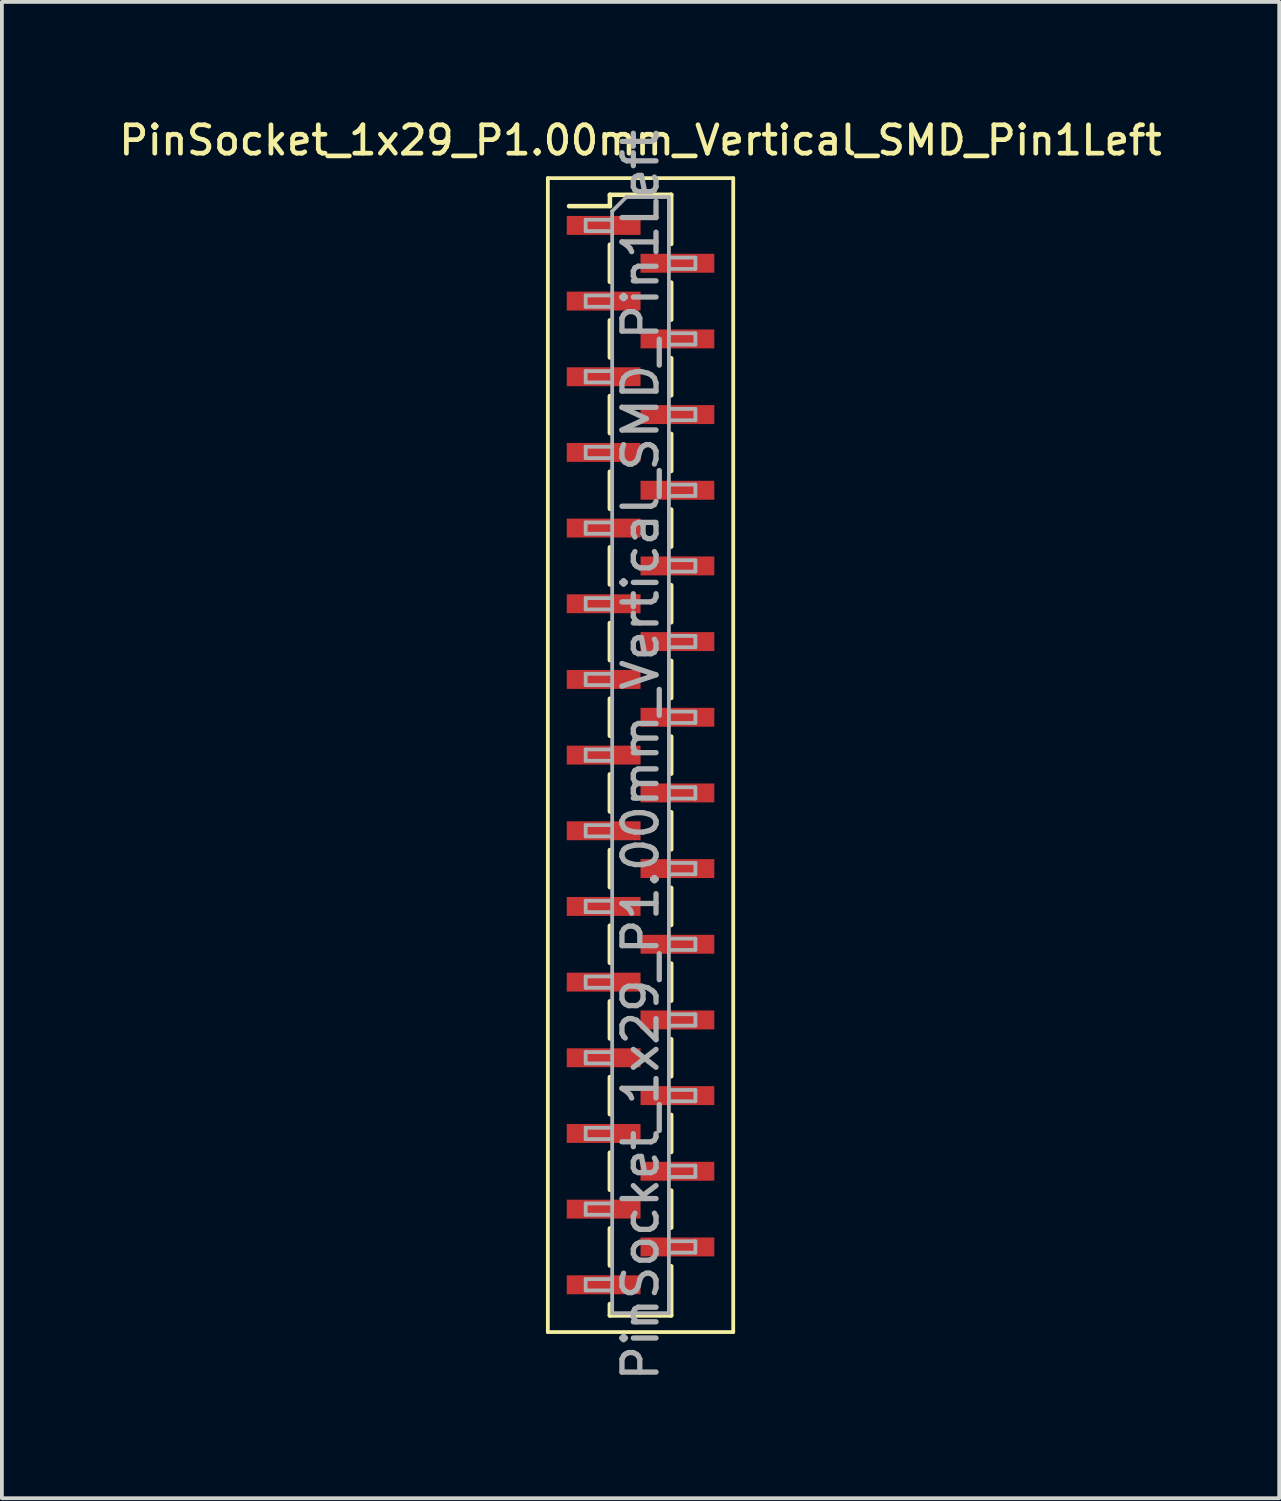
<source format=kicad_pcb>
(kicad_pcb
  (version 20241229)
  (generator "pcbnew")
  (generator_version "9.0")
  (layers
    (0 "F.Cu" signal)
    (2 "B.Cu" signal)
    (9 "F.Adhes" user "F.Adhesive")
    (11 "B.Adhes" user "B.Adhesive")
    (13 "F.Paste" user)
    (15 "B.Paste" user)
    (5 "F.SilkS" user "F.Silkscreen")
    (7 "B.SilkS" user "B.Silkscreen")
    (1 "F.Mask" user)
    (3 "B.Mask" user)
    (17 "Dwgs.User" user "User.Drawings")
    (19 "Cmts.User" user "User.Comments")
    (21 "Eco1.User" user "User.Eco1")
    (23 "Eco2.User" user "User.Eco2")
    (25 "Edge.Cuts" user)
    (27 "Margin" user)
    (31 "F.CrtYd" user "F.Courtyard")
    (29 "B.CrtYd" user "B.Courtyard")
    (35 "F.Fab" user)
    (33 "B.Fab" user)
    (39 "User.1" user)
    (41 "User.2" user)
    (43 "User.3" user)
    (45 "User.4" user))
  (footprint "PinSocket_1x29_P1.00mm_Vertical_SMD_Pin1Left"
    (layer "F.Cu")
    (at 13.88 16.908)
    (property "Reference" "PinSocket_1x29_P1.00mm_Vertical_SMD_Pin1Left" (at 0 -16.25 0) (layer "F.SilkS") (effects (font (size 0.75 0.75) (thickness 0.125))))
    (attr smd)
    (fp_line (start -2.45 -15.25) (end 2.45 -15.25) (stroke (width 0.1) (type solid)) (layer "F.SilkS"))
    (fp_line (start -2.45 15.25) (end -2.45 -15.25) (stroke (width 0.1) (type solid)) (layer "F.SilkS"))
    (fp_line (start -1.89 -14.51) (end -0.81 -14.51) (stroke (width 0.12) (type solid)) (layer "F.SilkS"))
    (fp_line (start -0.81 -14.81) (end -0.81 -14.51) (stroke (width 0.12) (type solid)) (layer "F.SilkS"))
    (fp_line (start -0.81 -14.81) (end 0.81 -14.81) (stroke (width 0.12) (type solid)) (layer "F.SilkS"))
    (fp_line (start -0.81 -13.49) (end -0.81 -12.51) (stroke (width 0.12) (type solid)) (layer "F.SilkS"))
    (fp_line (start -0.81 -11.49) (end -0.81 -10.51) (stroke (width 0.12) (type solid)) (layer "F.SilkS"))
    (fp_line (start -0.81 -9.49) (end -0.81 -8.51) (stroke (width 0.12) (type solid)) (layer "F.SilkS"))
    (fp_line (start -0.81 -7.49) (end -0.81 -6.51) (stroke (width 0.12) (type solid)) (layer "F.SilkS"))
    (fp_line (start -0.81 -5.49) (end -0.81 -4.51) (stroke (width 0.12) (type solid)) (layer "F.SilkS"))
    (fp_line (start -0.81 -3.49) (end -0.81 -2.51) (stroke (width 0.12) (type solid)) (layer "F.SilkS"))
    (fp_line (start -0.81 -1.49) (end -0.81 -0.51) (stroke (width 0.12) (type solid)) (layer "F.SilkS"))
    (fp_line (start -0.81 0.51) (end -0.81 1.49) (stroke (width 0.12) (type solid)) (layer "F.SilkS"))
    (fp_line (start -0.81 2.51) (end -0.81 3.49) (stroke (width 0.12) (type solid)) (layer "F.SilkS"))
    (fp_line (start -0.81 4.51) (end -0.81 5.49) (stroke (width 0.12) (type solid)) (layer "F.SilkS"))
    (fp_line (start -0.81 6.51) (end -0.81 7.49) (stroke (width 0.12) (type solid)) (layer "F.SilkS"))
    (fp_line (start -0.81 8.51) (end -0.81 9.49) (stroke (width 0.12) (type solid)) (layer "F.SilkS"))
    (fp_line (start -0.81 10.51) (end -0.81 11.49) (stroke (width 0.12) (type solid)) (layer "F.SilkS"))
    (fp_line (start -0.81 12.51) (end -0.81 13.49) (stroke (width 0.12) (type solid)) (layer "F.SilkS"))
    (fp_line (start -0.81 14.51) (end -0.81 14.81) (stroke (width 0.12) (type solid)) (layer "F.SilkS"))
    (fp_line (start -0.81 14.81) (end 0.81 14.81) (stroke (width 0.12) (type solid)) (layer "F.SilkS"))
    (fp_line (start 0.81 -14.81) (end 0.81 -13.51) (stroke (width 0.12) (type solid)) (layer "F.SilkS"))
    (fp_line (start 0.81 -12.49) (end 0.81 -11.51) (stroke (width 0.12) (type solid)) (layer "F.SilkS"))
    (fp_line (start 0.81 -10.49) (end 0.81 -9.51) (stroke (width 0.12) (type solid)) (layer "F.SilkS"))
    (fp_line (start 0.81 -8.49) (end 0.81 -7.51) (stroke (width 0.12) (type solid)) (layer "F.SilkS"))
    (fp_line (start 0.81 -6.49) (end 0.81 -5.51) (stroke (width 0.12) (type solid)) (layer "F.SilkS"))
    (fp_line (start 0.81 -4.49) (end 0.81 -3.51) (stroke (width 0.12) (type solid)) (layer "F.SilkS"))
    (fp_line (start 0.81 -2.49) (end 0.81 -1.51) (stroke (width 0.12) (type solid)) (layer "F.SilkS"))
    (fp_line (start 0.81 -0.49) (end 0.81 0.49) (stroke (width 0.12) (type solid)) (layer "F.SilkS"))
    (fp_line (start 0.81 1.51) (end 0.81 2.49) (stroke (width 0.12) (type solid)) (layer "F.SilkS"))
    (fp_line (start 0.81 3.51) (end 0.81 4.49) (stroke (width 0.12) (type solid)) (layer "F.SilkS"))
    (fp_line (start 0.81 5.51) (end 0.81 6.49) (stroke (width 0.12) (type solid)) (layer "F.SilkS"))
    (fp_line (start 0.81 7.51) (end 0.81 8.49) (stroke (width 0.12) (type solid)) (layer "F.SilkS"))
    (fp_line (start 0.81 9.51) (end 0.81 10.49) (stroke (width 0.12) (type solid)) (layer "F.SilkS"))
    (fp_line (start 0.81 11.51) (end 0.81 12.49) (stroke (width 0.12) (type solid)) (layer "F.SilkS"))
    (fp_line (start 0.81 13.51) (end 0.81 14.81) (stroke (width 0.12) (type solid)) (layer "F.SilkS"))
    (fp_line (start 2.45 -15.25) (end 2.45 15.25) (stroke (width 0.1) (type solid)) (layer "F.SilkS"))
    (fp_line (start 2.45 15.25) (end -2.45 15.25) (stroke (width 0.1) (type solid)) (layer "F.SilkS"))
    (fp_line (start -1.45 -14.15) (end -0.75 -14.15) (stroke (width 0.1) (type solid)) (layer "F.Fab"))
    (fp_line (start -1.45 -13.85) (end -1.45 -14.15) (stroke (width 0.1) (type solid)) (layer "F.Fab"))
    (fp_line (start -1.45 -12.15) (end -0.75 -12.15) (stroke (width 0.1) (type solid)) (layer "F.Fab"))
    (fp_line (start -1.45 -11.85) (end -1.45 -12.15) (stroke (width 0.1) (type solid)) (layer "F.Fab"))
    (fp_line (start -1.45 -10.15) (end -0.75 -10.15) (stroke (width 0.1) (type solid)) (layer "F.Fab"))
    (fp_line (start -1.45 -9.85) (end -1.45 -10.15) (stroke (width 0.1) (type solid)) (layer "F.Fab"))
    (fp_line (start -1.45 -8.15) (end -0.75 -8.15) (stroke (width 0.1) (type solid)) (layer "F.Fab"))
    (fp_line (start -1.45 -7.85) (end -1.45 -8.15) (stroke (width 0.1) (type solid)) (layer "F.Fab"))
    (fp_line (start -1.45 -6.15) (end -0.75 -6.15) (stroke (width 0.1) (type solid)) (layer "F.Fab"))
    (fp_line (start -1.45 -5.85) (end -1.45 -6.15) (stroke (width 0.1) (type solid)) (layer "F.Fab"))
    (fp_line (start -1.45 -4.15) (end -0.75 -4.15) (stroke (width 0.1) (type solid)) (layer "F.Fab"))
    (fp_line (start -1.45 -3.85) (end -1.45 -4.15) (stroke (width 0.1) (type solid)) (layer "F.Fab"))
    (fp_line (start -1.45 -2.15) (end -0.75 -2.15) (stroke (width 0.1) (type solid)) (layer "F.Fab"))
    (fp_line (start -1.45 -1.85) (end -1.45 -2.15) (stroke (width 0.1) (type solid)) (layer "F.Fab"))
    (fp_line (start -1.45 -0.15) (end -0.75 -0.15) (stroke (width 0.1) (type solid)) (layer "F.Fab"))
    (fp_line (start -1.45 0.15) (end -1.45 -0.15) (stroke (width 0.1) (type solid)) (layer "F.Fab"))
    (fp_line (start -1.45 1.85) (end -0.75 1.85) (stroke (width 0.1) (type solid)) (layer "F.Fab"))
    (fp_line (start -1.45 2.15) (end -1.45 1.85) (stroke (width 0.1) (type solid)) (layer "F.Fab"))
    (fp_line (start -1.45 3.85) (end -0.75 3.85) (stroke (width 0.1) (type solid)) (layer "F.Fab"))
    (fp_line (start -1.45 4.15) (end -1.45 3.85) (stroke (width 0.1) (type solid)) (layer "F.Fab"))
    (fp_line (start -1.45 5.85) (end -0.75 5.85) (stroke (width 0.1) (type solid)) (layer "F.Fab"))
    (fp_line (start -1.45 6.15) (end -1.45 5.85) (stroke (width 0.1) (type solid)) (layer "F.Fab"))
    (fp_line (start -1.45 7.85) (end -0.75 7.85) (stroke (width 0.1) (type solid)) (layer "F.Fab"))
    (fp_line (start -1.45 8.15) (end -1.45 7.85) (stroke (width 0.1) (type solid)) (layer "F.Fab"))
    (fp_line (start -1.45 9.85) (end -0.75 9.85) (stroke (width 0.1) (type solid)) (layer "F.Fab"))
    (fp_line (start -1.45 10.15) (end -1.45 9.85) (stroke (width 0.1) (type solid)) (layer "F.Fab"))
    (fp_line (start -1.45 11.85) (end -0.75 11.85) (stroke (width 0.1) (type solid)) (layer "F.Fab"))
    (fp_line (start -1.45 12.15) (end -1.45 11.85) (stroke (width 0.1) (type solid)) (layer "F.Fab"))
    (fp_line (start -1.45 13.85) (end -0.75 13.85) (stroke (width 0.1) (type solid)) (layer "F.Fab"))
    (fp_line (start -1.45 14.15) (end -1.45 13.85) (stroke (width 0.1) (type solid)) (layer "F.Fab"))
    (fp_line (start -0.75 -14.375) (end -0.375 -14.75) (stroke (width 0.1) (type solid)) (layer "F.Fab"))
    (fp_line (start -0.75 -13.85) (end -1.45 -13.85) (stroke (width 0.1) (type solid)) (layer "F.Fab"))
    (fp_line (start -0.75 -11.85) (end -1.45 -11.85) (stroke (width 0.1) (type solid)) (layer "F.Fab"))
    (fp_line (start -0.75 -9.85) (end -1.45 -9.85) (stroke (width 0.1) (type solid)) (layer "F.Fab"))
    (fp_line (start -0.75 -7.85) (end -1.45 -7.85) (stroke (width 0.1) (type solid)) (layer "F.Fab"))
    (fp_line (start -0.75 -5.85) (end -1.45 -5.85) (stroke (width 0.1) (type solid)) (layer "F.Fab"))
    (fp_line (start -0.75 -3.85) (end -1.45 -3.85) (stroke (width 0.1) (type solid)) (layer "F.Fab"))
    (fp_line (start -0.75 -1.85) (end -1.45 -1.85) (stroke (width 0.1) (type solid)) (layer "F.Fab"))
    (fp_line (start -0.75 0.15) (end -1.45 0.15) (stroke (width 0.1) (type solid)) (layer "F.Fab"))
    (fp_line (start -0.75 2.15) (end -1.45 2.15) (stroke (width 0.1) (type solid)) (layer "F.Fab"))
    (fp_line (start -0.75 4.15) (end -1.45 4.15) (stroke (width 0.1) (type solid)) (layer "F.Fab"))
    (fp_line (start -0.75 6.15) (end -1.45 6.15) (stroke (width 0.1) (type solid)) (layer "F.Fab"))
    (fp_line (start -0.75 8.15) (end -1.45 8.15) (stroke (width 0.1) (type solid)) (layer "F.Fab"))
    (fp_line (start -0.75 10.15) (end -1.45 10.15) (stroke (width 0.1) (type solid)) (layer "F.Fab"))
    (fp_line (start -0.75 12.15) (end -1.45 12.15) (stroke (width 0.1) (type solid)) (layer "F.Fab"))
    (fp_line (start -0.75 14.15) (end -1.45 14.15) (stroke (width 0.1) (type solid)) (layer "F.Fab"))
    (fp_line (start -0.75 14.75) (end -0.75 -14.375) (stroke (width 0.1) (type solid)) (layer "F.Fab"))
    (fp_line (start -0.375 -14.75) (end 0.75 -14.75) (stroke (width 0.1) (type solid)) (layer "F.Fab"))
    (fp_line (start 0.75 -14.75) (end 0.75 14.75) (stroke (width 0.1) (type solid)) (layer "F.Fab"))
    (fp_line (start 0.75 -13.15) (end 1.45 -13.15) (stroke (width 0.1) (type solid)) (layer "F.Fab"))
    (fp_line (start 0.75 -11.15) (end 1.45 -11.15) (stroke (width 0.1) (type solid)) (layer "F.Fab"))
    (fp_line (start 0.75 -9.15) (end 1.45 -9.15) (stroke (width 0.1) (type solid)) (layer "F.Fab"))
    (fp_line (start 0.75 -7.15) (end 1.45 -7.15) (stroke (width 0.1) (type solid)) (layer "F.Fab"))
    (fp_line (start 0.75 -5.15) (end 1.45 -5.15) (stroke (width 0.1) (type solid)) (layer "F.Fab"))
    (fp_line (start 0.75 -3.15) (end 1.45 -3.15) (stroke (width 0.1) (type solid)) (layer "F.Fab"))
    (fp_line (start 0.75 -1.15) (end 1.45 -1.15) (stroke (width 0.1) (type solid)) (layer "F.Fab"))
    (fp_line (start 0.75 0.85) (end 1.45 0.85) (stroke (width 0.1) (type solid)) (layer "F.Fab"))
    (fp_line (start 0.75 2.85) (end 1.45 2.85) (stroke (width 0.1) (type solid)) (layer "F.Fab"))
    (fp_line (start 0.75 4.85) (end 1.45 4.85) (stroke (width 0.1) (type solid)) (layer "F.Fab"))
    (fp_line (start 0.75 6.85) (end 1.45 6.85) (stroke (width 0.1) (type solid)) (layer "F.Fab"))
    (fp_line (start 0.75 8.85) (end 1.45 8.85) (stroke (width 0.1) (type solid)) (layer "F.Fab"))
    (fp_line (start 0.75 10.85) (end 1.45 10.85) (stroke (width 0.1) (type solid)) (layer "F.Fab"))
    (fp_line (start 0.75 12.85) (end 1.45 12.85) (stroke (width 0.1) (type solid)) (layer "F.Fab"))
    (fp_line (start 0.75 14.75) (end -0.75 14.75) (stroke (width 0.1) (type solid)) (layer "F.Fab"))
    (fp_line (start 1.45 -13.15) (end 1.45 -12.85) (stroke (width 0.1) (type solid)) (layer "F.Fab"))
    (fp_line (start 1.45 -12.85) (end 0.75 -12.85) (stroke (width 0.1) (type solid)) (layer "F.Fab"))
    (fp_line (start 1.45 -11.15) (end 1.45 -10.85) (stroke (width 0.1) (type solid)) (layer "F.Fab"))
    (fp_line (start 1.45 -10.85) (end 0.75 -10.85) (stroke (width 0.1) (type solid)) (layer "F.Fab"))
    (fp_line (start 1.45 -9.15) (end 1.45 -8.85) (stroke (width 0.1) (type solid)) (layer "F.Fab"))
    (fp_line (start 1.45 -8.85) (end 0.75 -8.85) (stroke (width 0.1) (type solid)) (layer "F.Fab"))
    (fp_line (start 1.45 -7.15) (end 1.45 -6.85) (stroke (width 0.1) (type solid)) (layer "F.Fab"))
    (fp_line (start 1.45 -6.85) (end 0.75 -6.85) (stroke (width 0.1) (type solid)) (layer "F.Fab"))
    (fp_line (start 1.45 -5.15) (end 1.45 -4.85) (stroke (width 0.1) (type solid)) (layer "F.Fab"))
    (fp_line (start 1.45 -4.85) (end 0.75 -4.85) (stroke (width 0.1) (type solid)) (layer "F.Fab"))
    (fp_line (start 1.45 -3.15) (end 1.45 -2.85) (stroke (width 0.1) (type solid)) (layer "F.Fab"))
    (fp_line (start 1.45 -2.85) (end 0.75 -2.85) (stroke (width 0.1) (type solid)) (layer "F.Fab"))
    (fp_line (start 1.45 -1.15) (end 1.45 -0.85) (stroke (width 0.1) (type solid)) (layer "F.Fab"))
    (fp_line (start 1.45 -0.85) (end 0.75 -0.85) (stroke (width 0.1) (type solid)) (layer "F.Fab"))
    (fp_line (start 1.45 0.85) (end 1.45 1.15) (stroke (width 0.1) (type solid)) (layer "F.Fab"))
    (fp_line (start 1.45 1.15) (end 0.75 1.15) (stroke (width 0.1) (type solid)) (layer "F.Fab"))
    (fp_line (start 1.45 2.85) (end 1.45 3.15) (stroke (width 0.1) (type solid)) (layer "F.Fab"))
    (fp_line (start 1.45 3.15) (end 0.75 3.15) (stroke (width 0.1) (type solid)) (layer "F.Fab"))
    (fp_line (start 1.45 4.85) (end 1.45 5.15) (stroke (width 0.1) (type solid)) (layer "F.Fab"))
    (fp_line (start 1.45 5.15) (end 0.75 5.15) (stroke (width 0.1) (type solid)) (layer "F.Fab"))
    (fp_line (start 1.45 6.85) (end 1.45 7.15) (stroke (width 0.1) (type solid)) (layer "F.Fab"))
    (fp_line (start 1.45 7.15) (end 0.75 7.15) (stroke (width 0.1) (type solid)) (layer "F.Fab"))
    (fp_line (start 1.45 8.85) (end 1.45 9.15) (stroke (width 0.1) (type solid)) (layer "F.Fab"))
    (fp_line (start 1.45 9.15) (end 0.75 9.15) (stroke (width 0.1) (type solid)) (layer "F.Fab"))
    (fp_line (start 1.45 10.85) (end 1.45 11.15) (stroke (width 0.1) (type solid)) (layer "F.Fab"))
    (fp_line (start 1.45 11.15) (end 0.75 11.15) (stroke (width 0.1) (type solid)) (layer "F.Fab"))
    (fp_line (start 1.45 12.85) (end 1.45 13.15) (stroke (width 0.1) (type solid)) (layer "F.Fab"))
    (fp_line (start 1.45 13.15) (end 0.75 13.15) (stroke (width 0.1) (type solid)) (layer "F.Fab"))
    (fp_text user "${REFERENCE}" (at 0 0 90) (layer "F.Fab") (effects (font (size 0.9 0.9) (thickness 0.14))))
    (pad "1" smd rect (at -0.975 -14) (size 1.95 0.5) (layers "F.Cu" "F.Mask" "F.Paste"))
    (pad "2" smd rect (at 0.975 -13) (size 1.95 0.5) (layers "F.Cu" "F.Mask" "F.Paste"))
    (pad "3" smd rect (at -0.975 -12) (size 1.95 0.5) (layers "F.Cu" "F.Mask" "F.Paste"))
    (pad "4" smd rect (at 0.975 -11) (size 1.95 0.5) (layers "F.Cu" "F.Mask" "F.Paste"))
    (pad "5" smd rect (at -0.975 -10) (size 1.95 0.5) (layers "F.Cu" "F.Mask" "F.Paste"))
    (pad "6" smd rect (at 0.975 -9) (size 1.95 0.5) (layers "F.Cu" "F.Mask" "F.Paste"))
    (pad "7" smd rect (at -0.975 -8) (size 1.95 0.5) (layers "F.Cu" "F.Mask" "F.Paste"))
    (pad "8" smd rect (at 0.975 -7) (size 1.95 0.5) (layers "F.Cu" "F.Mask" "F.Paste"))
    (pad "9" smd rect (at -0.975 -6) (size 1.95 0.5) (layers "F.Cu" "F.Mask" "F.Paste"))
    (pad "10" smd rect (at 0.975 -5) (size 1.95 0.5) (layers "F.Cu" "F.Mask" "F.Paste"))
    (pad "11" smd rect (at -0.975 -4) (size 1.95 0.5) (layers "F.Cu" "F.Mask" "F.Paste"))
    (pad "12" smd rect (at 0.975 -3) (size 1.95 0.5) (layers "F.Cu" "F.Mask" "F.Paste"))
    (pad "13" smd rect (at -0.975 -2) (size 1.95 0.5) (layers "F.Cu" "F.Mask" "F.Paste"))
    (pad "14" smd rect (at 0.975 -1) (size 1.95 0.5) (layers "F.Cu" "F.Mask" "F.Paste"))
    (pad "15" smd rect (at -0.975 0) (size 1.95 0.5) (layers "F.Cu" "F.Mask" "F.Paste"))
    (pad "16" smd rect (at 0.975 1) (size 1.95 0.5) (layers "F.Cu" "F.Mask" "F.Paste"))
    (pad "17" smd rect (at -0.975 2) (size 1.95 0.5) (layers "F.Cu" "F.Mask" "F.Paste"))
    (pad "18" smd rect (at 0.975 3) (size 1.95 0.5) (layers "F.Cu" "F.Mask" "F.Paste"))
    (pad "19" smd rect (at -0.975 4) (size 1.95 0.5) (layers "F.Cu" "F.Mask" "F.Paste"))
    (pad "20" smd rect (at 0.975 5) (size 1.95 0.5) (layers "F.Cu" "F.Mask" "F.Paste"))
    (pad "21" smd rect (at -0.975 6) (size 1.95 0.5) (layers "F.Cu" "F.Mask" "F.Paste"))
    (pad "22" smd rect (at 0.975 7) (size 1.95 0.5) (layers "F.Cu" "F.Mask" "F.Paste"))
    (pad "23" smd rect (at -0.975 8) (size 1.95 0.5) (layers "F.Cu" "F.Mask" "F.Paste"))
    (pad "24" smd rect (at 0.975 9) (size 1.95 0.5) (layers "F.Cu" "F.Mask" "F.Paste"))
    (pad "25" smd rect (at -0.975 10) (size 1.95 0.5) (layers "F.Cu" "F.Mask" "F.Paste"))
    (pad "26" smd rect (at 0.975 11) (size 1.95 0.5) (layers "F.Cu" "F.Mask" "F.Paste"))
    (pad "27" smd rect (at -0.975 12) (size 1.95 0.5) (layers "F.Cu" "F.Mask" "F.Paste"))
    (pad "28" smd rect (at 0.975 13) (size 1.95 0.5) (layers "F.Cu" "F.Mask" "F.Paste"))
    (pad "29" smd rect (at -0.975 14) (size 1.95 0.5) (layers "F.Cu" "F.Mask" "F.Paste")))
  (gr_rect
    (start -3 -3)
    (end 30.761 36.55)
    (stroke (width 0.1) (type default))
    (fill no)
    (layer "Edge.Cuts")))
</source>
